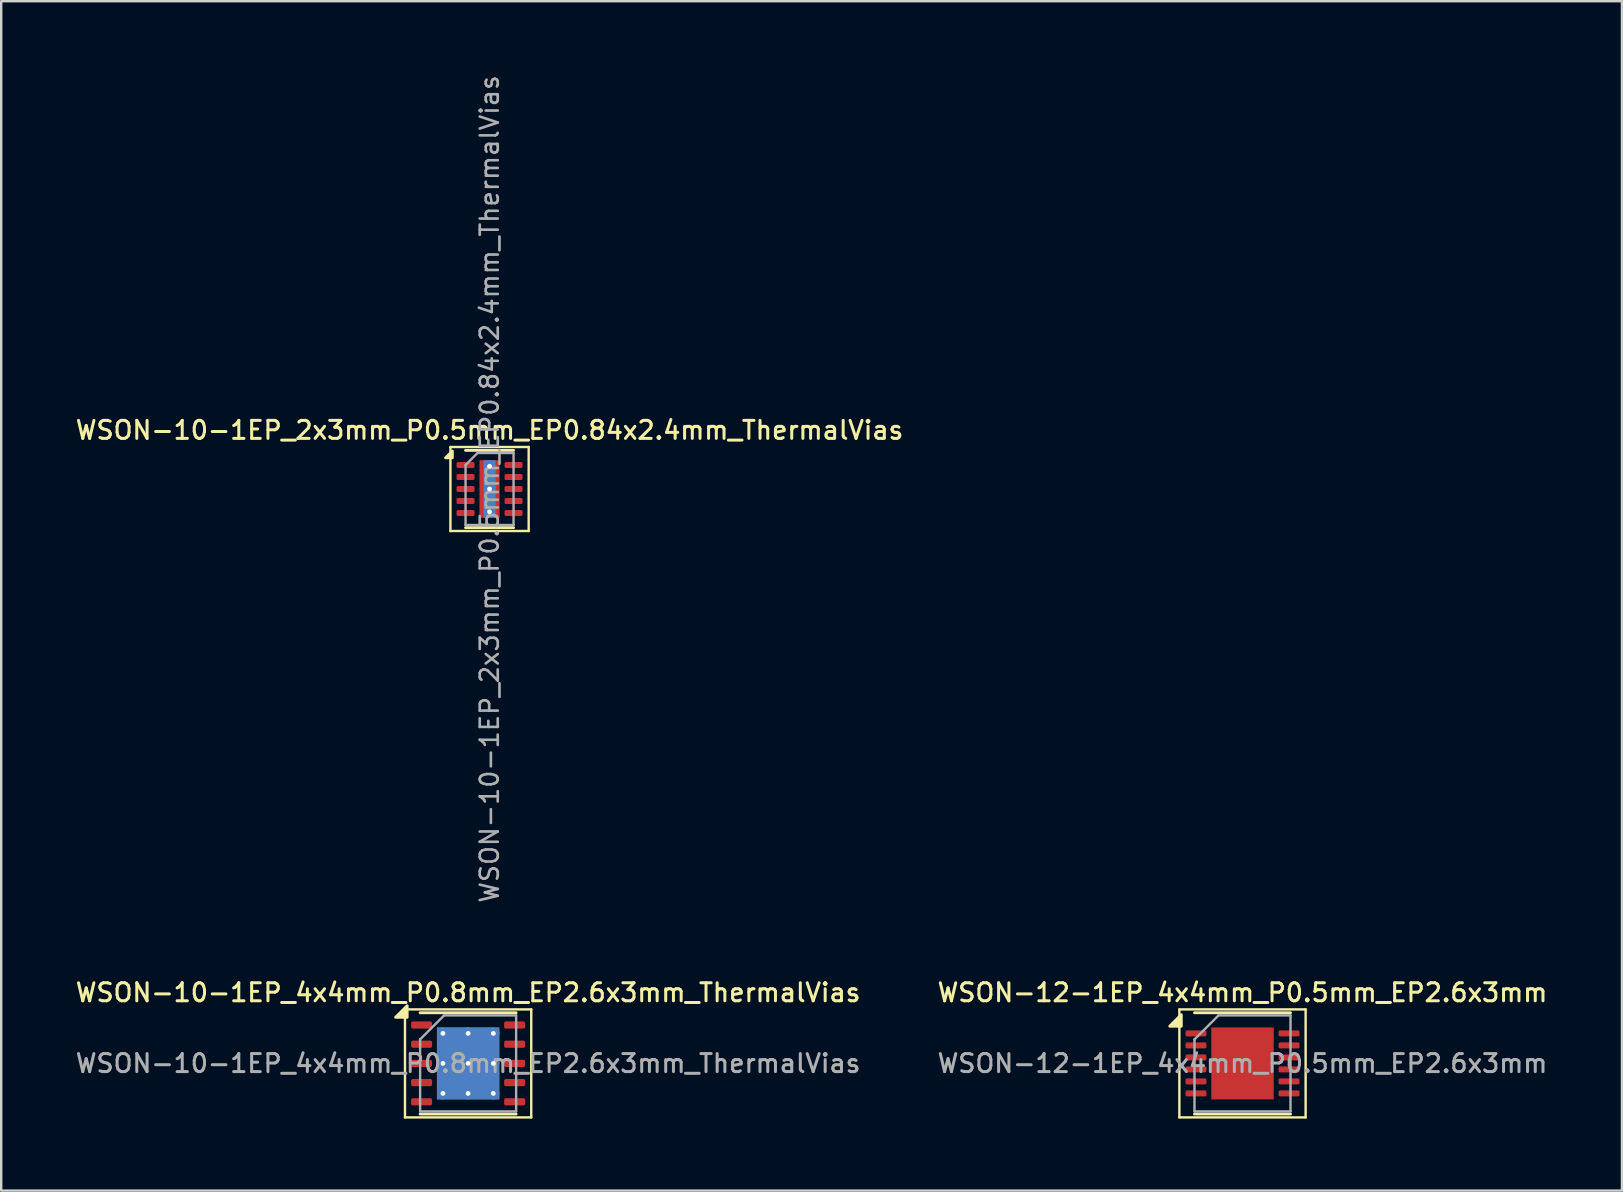
<source format=kicad_pcb>
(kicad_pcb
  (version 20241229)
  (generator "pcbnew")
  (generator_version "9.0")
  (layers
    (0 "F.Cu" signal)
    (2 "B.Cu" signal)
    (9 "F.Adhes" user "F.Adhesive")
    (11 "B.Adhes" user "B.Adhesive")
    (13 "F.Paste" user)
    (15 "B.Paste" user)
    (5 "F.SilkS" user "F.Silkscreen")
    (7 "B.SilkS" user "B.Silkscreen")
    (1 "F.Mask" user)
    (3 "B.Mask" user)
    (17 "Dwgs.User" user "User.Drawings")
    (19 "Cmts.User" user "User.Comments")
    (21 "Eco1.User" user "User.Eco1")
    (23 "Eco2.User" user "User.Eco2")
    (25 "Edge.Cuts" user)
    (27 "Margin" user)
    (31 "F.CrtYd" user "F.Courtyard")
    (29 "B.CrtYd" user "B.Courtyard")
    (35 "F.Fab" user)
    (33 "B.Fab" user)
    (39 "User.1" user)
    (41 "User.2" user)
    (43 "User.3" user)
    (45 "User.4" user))
  (footprint "WSON-12-1EP_4x4mm_P0.5mm_EP2.6x3mm"
    (layer "F.Cu")
    (at 48.713 41.252)
    (property "Reference" "WSON-12-1EP_4x4mm_P0.5mm_EP2.6x3mm" (at 0 -2.95 0) (layer "F.SilkS") (effects (font (size 0.75 0.75) (thickness 0.125))))
    (attr smd)
    (fp_line (start -2.63 -2.25) (end -2.63 2.25) (stroke (width 0.1) (type solid)) (layer "F.SilkS"))
    (fp_line (start -2.63 2.25) (end 2.63 2.25) (stroke (width 0.1) (type solid)) (layer "F.SilkS"))
    (fp_line (start -2 -2.11) (end 2 -2.11) (stroke (width 0.12) (type solid)) (layer "F.SilkS"))
    (fp_line (start -2 2.11) (end 2 2.11) (stroke (width 0.12) (type solid)) (layer "F.SilkS"))
    (fp_line (start 2.63 -2.25) (end -2.63 -2.25) (stroke (width 0.1) (type solid)) (layer "F.SilkS"))
    (fp_line (start 2.63 2.25) (end 2.63 -2.25) (stroke (width 0.1) (type solid)) (layer "F.SilkS"))
    (fp_poly (pts (xy -2.55 -1.55) (xy -3.03 -1.55) (xy -2.55 -2.03) (xy -2.55 -1.55)) (stroke (width 0.12) (type solid)) (fill yes) (layer "F.SilkS"))
    (fp_line (start -2 -1) (end -1 -2) (stroke (width 0.1) (type solid)) (layer "F.Fab"))
    (fp_line (start -2 2) (end -2 -1) (stroke (width 0.1) (type solid)) (layer "F.Fab"))
    (fp_line (start -1 -2) (end 2 -2) (stroke (width 0.1) (type solid)) (layer "F.Fab"))
    (fp_line (start 2 -2) (end 2 2) (stroke (width 0.1) (type solid)) (layer "F.Fab"))
    (fp_line (start 2 2) (end -2 2) (stroke (width 0.1) (type solid)) (layer "F.Fab"))
    (fp_text user "${REFERENCE}" (at 0 0 0) (layer "F.Fab") (effects (font (size 0.75 0.75) (thickness 0.125))))
    (pad "" smd roundrect (at -0.65 -0.75) (size 1.05 1.21) (layers "F.Paste") (roundrect_rratio 0.238))
    (pad "" smd roundrect (at -0.65 0.75) (size 1.05 1.21) (layers "F.Paste") (roundrect_rratio 0.238))
    (pad "" smd roundrect (at 0.65 -0.75) (size 1.05 1.21) (layers "F.Paste") (roundrect_rratio 0.238))
    (pad "" smd roundrect (at 0.65 0.75) (size 1.05 1.21) (layers "F.Paste") (roundrect_rratio 0.238))
    (pad "1" smd roundrect (at -1.938 -1.25) (size 0.875 0.25) (layers "F.Cu" "F.Mask" "F.Paste") (roundrect_rratio 0.25))
    (pad "2" smd roundrect (at -1.938 -0.75) (size 0.875 0.25) (layers "F.Cu" "F.Mask" "F.Paste") (roundrect_rratio 0.25))
    (pad "3" smd roundrect (at -1.938 -0.25) (size 0.875 0.25) (layers "F.Cu" "F.Mask" "F.Paste") (roundrect_rratio 0.25))
    (pad "4" smd roundrect (at -1.938 0.25) (size 0.875 0.25) (layers "F.Cu" "F.Mask" "F.Paste") (roundrect_rratio 0.25))
    (pad "5" smd roundrect (at -1.938 0.75) (size 0.875 0.25) (layers "F.Cu" "F.Mask" "F.Paste") (roundrect_rratio 0.25))
    (pad "6" smd roundrect (at -1.938 1.25) (size 0.875 0.25) (layers "F.Cu" "F.Mask" "F.Paste") (roundrect_rratio 0.25))
    (pad "7" smd roundrect (at 1.938 1.25) (size 0.875 0.25) (layers "F.Cu" "F.Mask" "F.Paste") (roundrect_rratio 0.25))
    (pad "8" smd roundrect (at 1.938 0.75) (size 0.875 0.25) (layers "F.Cu" "F.Mask" "F.Paste") (roundrect_rratio 0.25))
    (pad "9" smd roundrect (at 1.938 0.25) (size 0.875 0.25) (layers "F.Cu" "F.Mask" "F.Paste") (roundrect_rratio 0.25))
    (pad "10" smd roundrect (at 1.938 -0.25) (size 0.875 0.25) (layers "F.Cu" "F.Mask" "F.Paste") (roundrect_rratio 0.25))
    (pad "11" smd roundrect (at 1.938 -0.75) (size 0.875 0.25) (layers "F.Cu" "F.Mask" "F.Paste") (roundrect_rratio 0.25))
    (pad "12" smd roundrect (at 1.938 -1.25) (size 0.875 0.25) (layers "F.Cu" "F.Mask" "F.Paste") (roundrect_rratio 0.25))
    (pad "13" smd rect (at 0 0) (size 2.6 3) (property pad_prop_heatsink) (layers "F.Cu" "F.Mask")))
  (footprint "WSON-10-1EP_2x3mm_P0.5mm_EP0.84x2.4mm_ThermalVias"
    (layer "F.Cu")
    (at 17.345 17.322)
    (property "Reference" "WSON-10-1EP_2x3mm_P0.5mm_EP0.84x2.4mm_ThermalVias" (at 0 -2.45 0) (layer "F.SilkS") (effects (font (size 0.75 0.75) (thickness 0.125))))
    (attr smd)
    (fp_line (start -1.63 -1.75) (end -1.63 1.75) (stroke (width 0.1) (type solid)) (layer "F.SilkS"))
    (fp_line (start -1.63 1.75) (end 1.63 1.75) (stroke (width 0.1) (type solid)) (layer "F.SilkS"))
    (fp_line (start -1 -1.61) (end 1 -1.61) (stroke (width 0.12) (type solid)) (layer "F.SilkS"))
    (fp_line (start -1 1.61) (end 1 1.61) (stroke (width 0.12) (type solid)) (layer "F.SilkS"))
    (fp_line (start 1.63 -1.75) (end -1.63 -1.75) (stroke (width 0.1) (type solid)) (layer "F.SilkS"))
    (fp_line (start 1.63 1.75) (end 1.63 -1.75) (stroke (width 0.1) (type solid)) (layer "F.SilkS"))
    (fp_poly (pts (xy -1.55 -1.3) (xy -1.83 -1.3) (xy -1.55 -1.58) (xy -1.55 -1.3)) (stroke (width 0.12) (type solid)) (fill yes) (layer "F.SilkS"))
    (fp_line (start -1 -1) (end -0.5 -1.5) (stroke (width 0.1) (type solid)) (layer "F.Fab"))
    (fp_line (start -1 1.5) (end -1 -1) (stroke (width 0.1) (type solid)) (layer "F.Fab"))
    (fp_line (start -0.5 -1.5) (end 1 -1.5) (stroke (width 0.1) (type solid)) (layer "F.Fab"))
    (fp_line (start 1 -1.5) (end 1 1.5) (stroke (width 0.1) (type solid)) (layer "F.Fab"))
    (fp_line (start 1 1.5) (end -1 1.5) (stroke (width 0.1) (type solid)) (layer "F.Fab"))
    (fp_text user "${REFERENCE}" (at 0 0 90) (layer "F.Fab") (effects (font (size 0.75 0.75) (thickness 0.11))))
    (pad "" smd roundrect (at 0 -0.6) (size 0.73 1.04) (layers "F.Paste") (roundrect_rratio 0.25))
    (pad "" smd roundrect (at 0 0.6) (size 0.73 1.04) (layers "F.Paste") (roundrect_rratio 0.25))
    (pad "1" smd roundrect (at -1 -1) (size 0.75 0.25) (layers "F.Cu" "F.Mask" "F.Paste") (roundrect_rratio 0.25))
    (pad "2" smd roundrect (at -1 -0.5) (size 0.75 0.25) (layers "F.Cu" "F.Mask" "F.Paste") (roundrect_rratio 0.25))
    (pad "3" smd roundrect (at -1 0) (size 0.75 0.25) (layers "F.Cu" "F.Mask" "F.Paste") (roundrect_rratio 0.25))
    (pad "4" smd roundrect (at -1 0.5) (size 0.75 0.25) (layers "F.Cu" "F.Mask" "F.Paste") (roundrect_rratio 0.25))
    (pad "5" smd roundrect (at -1 1) (size 0.75 0.25) (layers "F.Cu" "F.Mask" "F.Paste") (roundrect_rratio 0.25))
    (pad "6" smd roundrect (at 1 1) (size 0.75 0.25) (layers "F.Cu" "F.Mask" "F.Paste") (roundrect_rratio 0.25))
    (pad "7" smd roundrect (at 1 0.5) (size 0.75 0.25) (layers "F.Cu" "F.Mask" "F.Paste") (roundrect_rratio 0.25))
    (pad "8" smd roundrect (at 1 0) (size 0.75 0.25) (layers "F.Cu" "F.Mask" "F.Paste") (roundrect_rratio 0.25))
    (pad "9" smd roundrect (at 1 -0.5) (size 0.75 0.25) (layers "F.Cu" "F.Mask" "F.Paste") (roundrect_rratio 0.25))
    (pad "10" smd roundrect (at 1 -1) (size 0.75 0.25) (layers "F.Cu" "F.Mask" "F.Paste") (roundrect_rratio 0.25))
    (pad "11" thru_hole circle (at 0 -0.95) (size 0.5 0.5) (drill 0.2) (property pad_prop_heatsink) (layers "*.Cu"))
    (pad "11" thru_hole circle (at 0 0) (size 0.5 0.5) (drill 0.2) (property pad_prop_heatsink) (layers "*.Cu"))
    (pad "11" smd rect (at 0 0) (size 0.5 2.4) (property pad_prop_heatsink) (layers "B.Cu"))
    (pad "11" smd rect (at 0 0) (size 0.84 2.4) (property pad_prop_heatsink) (layers "F.Cu" "F.Mask"))
    (pad "11" thru_hole circle (at 0 0.95) (size 0.5 0.5) (drill 0.2) (property pad_prop_heatsink) (layers "*.Cu")))
  (footprint "WSON-10-1EP_4x4mm_P0.8mm_EP2.6x3mm_ThermalVias"
    (layer "F.Cu")
    (at 16.452 41.252)
    (property "Reference" "WSON-10-1EP_4x4mm_P0.8mm_EP2.6x3mm_ThermalVias" (at 0 -2.95 0) (layer "F.SilkS") (effects (font (size 0.75 0.75) (thickness 0.125))))
    (attr smd)
    (fp_line (start -2.63 -2.25) (end -2.63 2.25) (stroke (width 0.1) (type solid)) (layer "F.SilkS"))
    (fp_line (start -2.63 2.25) (end 2.63 2.25) (stroke (width 0.1) (type solid)) (layer "F.SilkS"))
    (fp_line (start -2 -2.11) (end 2 -2.11) (stroke (width 0.12) (type solid)) (layer "F.SilkS"))
    (fp_line (start -2 2.11) (end 2 2.11) (stroke (width 0.12) (type solid)) (layer "F.SilkS"))
    (fp_line (start 2.63 -2.25) (end -2.63 -2.25) (stroke (width 0.1) (type solid)) (layer "F.SilkS"))
    (fp_line (start 2.63 2.25) (end 2.63 -2.25) (stroke (width 0.1) (type solid)) (layer "F.SilkS"))
    (fp_poly (pts (xy -2.54 -1.92) (xy -3.02 -1.92) (xy -2.54 -2.4) (xy -2.54 -1.92)) (stroke (width 0.12) (type solid)) (fill yes) (layer "F.SilkS"))
    (fp_line (start -2 -1) (end -1 -2) (stroke (width 0.1) (type solid)) (layer "F.Fab"))
    (fp_line (start -2 2) (end -2 -1) (stroke (width 0.1) (type solid)) (layer "F.Fab"))
    (fp_line (start -1 -2) (end 2 -2) (stroke (width 0.1) (type solid)) (layer "F.Fab"))
    (fp_line (start 2 -2) (end 2 2) (stroke (width 0.1) (type solid)) (layer "F.Fab"))
    (fp_line (start 2 2) (end -2 2) (stroke (width 0.1) (type solid)) (layer "F.Fab"))
    (fp_text user "${REFERENCE}" (at 0 0 0) (layer "F.Fab") (effects (font (size 0.75 0.75) (thickness 0.125))))
    (pad "" smd roundrect (at -0.65 -0.75) (size 1.13 1.3) (layers "F.Paste") (roundrect_rratio 0.221))
    (pad "" smd roundrect (at -0.65 0.75) (size 1.13 1.3) (layers "F.Paste") (roundrect_rratio 0.221))
    (pad "" smd roundrect (at 0.65 -0.75) (size 1.13 1.3) (layers "F.Paste") (roundrect_rratio 0.221))
    (pad "" smd roundrect (at 0.65 0.75) (size 1.13 1.3) (layers "F.Paste") (roundrect_rratio 0.221))
    (pad "1" smd roundrect (at -1.938 -1.6) (size 0.875 0.3) (layers "F.Cu" "F.Mask" "F.Paste") (roundrect_rratio 0.25))
    (pad "2" smd roundrect (at -1.938 -0.8) (size 0.875 0.3) (layers "F.Cu" "F.Mask" "F.Paste") (roundrect_rratio 0.25))
    (pad "3" smd roundrect (at -1.938 0) (size 0.875 0.3) (layers "F.Cu" "F.Mask" "F.Paste") (roundrect_rratio 0.25))
    (pad "4" smd roundrect (at -1.938 0.8) (size 0.875 0.3) (layers "F.Cu" "F.Mask" "F.Paste") (roundrect_rratio 0.25))
    (pad "5" smd roundrect (at -1.938 1.6) (size 0.875 0.3) (layers "F.Cu" "F.Mask" "F.Paste") (roundrect_rratio 0.25))
    (pad "6" smd roundrect (at 1.938 1.6) (size 0.875 0.3) (layers "F.Cu" "F.Mask" "F.Paste") (roundrect_rratio 0.25))
    (pad "7" smd roundrect (at 1.938 0.8) (size 0.875 0.3) (layers "F.Cu" "F.Mask" "F.Paste") (roundrect_rratio 0.25))
    (pad "8" smd roundrect (at 1.938 0) (size 0.875 0.3) (layers "F.Cu" "F.Mask" "F.Paste") (roundrect_rratio 0.25))
    (pad "9" smd roundrect (at 1.938 -0.8) (size 0.875 0.3) (layers "F.Cu" "F.Mask" "F.Paste") (roundrect_rratio 0.25))
    (pad "10" smd roundrect (at 1.938 -1.6) (size 0.875 0.3) (layers "F.Cu" "F.Mask" "F.Paste") (roundrect_rratio 0.25))
    (pad "11" thru_hole circle (at -1.05 -1.25) (size 0.5 0.5) (drill 0.2) (property pad_prop_heatsink) (layers "*.Cu"))
    (pad "11" thru_hole circle (at -1.05 0) (size 0.5 0.5) (drill 0.2) (property pad_prop_heatsink) (layers "*.Cu"))
    (pad "11" thru_hole circle (at -1.05 1.25) (size 0.5 0.5) (drill 0.2) (property pad_prop_heatsink) (layers "*.Cu"))
    (pad "11" thru_hole circle (at 0 -1.25) (size 0.5 0.5) (drill 0.2) (property pad_prop_heatsink) (layers "*.Cu"))
    (pad "11" thru_hole circle (at 0 0) (size 0.5 0.5) (drill 0.2) (property pad_prop_heatsink) (layers "*.Cu"))
    (pad "11" smd rect (at 0 0) (size 2.6 3) (property pad_prop_heatsink) (layers "F.Cu" "F.Mask"))
    (pad "11" smd rect (at 0 0) (size 2.6 3) (property pad_prop_heatsink) (layers "B.Cu"))
    (pad "11" thru_hole circle (at 0 1.25) (size 0.5 0.5) (drill 0.2) (property pad_prop_heatsink) (layers "*.Cu"))
    (pad "11" thru_hole circle (at 1.05 -1.25) (size 0.5 0.5) (drill 0.2) (property pad_prop_heatsink) (layers "*.Cu"))
    (pad "11" thru_hole circle (at 1.05 0) (size 0.5 0.5) (drill 0.2) (property pad_prop_heatsink) (layers "*.Cu"))
    (pad "11" thru_hole circle (at 1.05 1.25) (size 0.5 0.5) (drill 0.2) (property pad_prop_heatsink) (layers "*.Cu")))
  (gr_rect
    (start -3 -3)
    (end 64.521 46.552)
    (stroke (width 0.1) (type default))
    (fill no)
    (layer "Edge.Cuts")))
</source>
